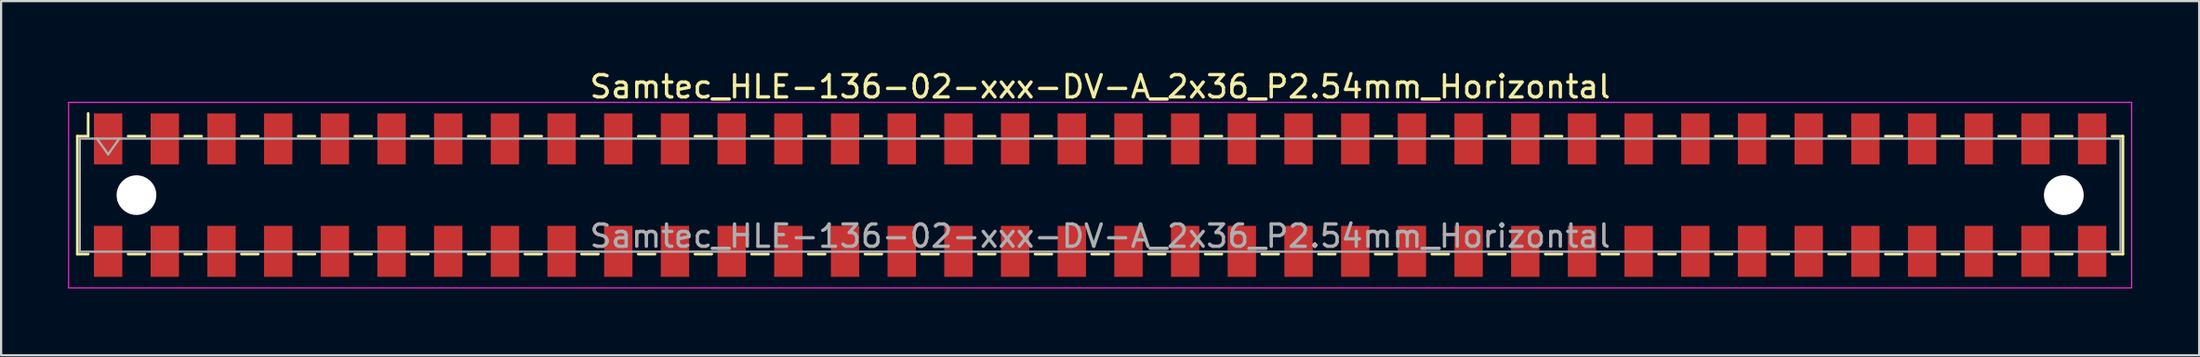
<source format=kicad_pcb>
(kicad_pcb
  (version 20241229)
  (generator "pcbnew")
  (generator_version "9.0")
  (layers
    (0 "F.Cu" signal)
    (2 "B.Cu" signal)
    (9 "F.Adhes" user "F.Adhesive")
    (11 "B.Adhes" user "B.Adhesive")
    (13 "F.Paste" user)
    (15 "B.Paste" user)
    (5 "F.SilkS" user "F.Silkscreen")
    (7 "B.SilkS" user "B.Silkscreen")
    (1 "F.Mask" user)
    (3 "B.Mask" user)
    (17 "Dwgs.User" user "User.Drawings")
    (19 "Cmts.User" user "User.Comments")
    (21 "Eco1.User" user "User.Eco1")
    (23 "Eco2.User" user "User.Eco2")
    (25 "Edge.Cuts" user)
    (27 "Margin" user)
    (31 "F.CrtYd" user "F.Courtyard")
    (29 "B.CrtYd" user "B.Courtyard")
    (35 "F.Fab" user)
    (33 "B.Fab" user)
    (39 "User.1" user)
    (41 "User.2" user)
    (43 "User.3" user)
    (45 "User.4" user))
  (footprint "Samtec_HLE-136-02-xxx-DV-A_2x36_P2.54mm_Horizontal"
    (layer "F.Cu")
    (at 46.245 5.718)
    (property "Reference" "Samtec_HLE-136-02-xxx-DV-A_2x36_P2.54mm_Horizontal" (at 0 -4.87 0) (layer "F.SilkS") (effects (font (size 1 1) (thickness 0.15))))
    (attr smd)
    (fp_line (start -45.83 -2.65) (end -45.83 2.65) (stroke (width 0.12) (type solid)) (layer "F.SilkS"))
    (fp_line (start -45.83 2.65) (end -45.345 2.65) (stroke (width 0.12) (type solid)) (layer "F.SilkS"))
    (fp_line (start -45.345 -3.67) (end -45.345 -2.65) (stroke (width 0.12) (type solid)) (layer "F.SilkS"))
    (fp_line (start -45.345 -2.65) (end -45.83 -2.65) (stroke (width 0.12) (type solid)) (layer "F.SilkS"))
    (fp_line (start -43.555 -2.65) (end -42.805 -2.65) (stroke (width 0.12) (type solid)) (layer "F.SilkS"))
    (fp_line (start -43.555 2.65) (end -42.805 2.65) (stroke (width 0.12) (type solid)) (layer "F.SilkS"))
    (fp_line (start -41.015 -2.65) (end -40.265 -2.65) (stroke (width 0.12) (type solid)) (layer "F.SilkS"))
    (fp_line (start -41.015 2.65) (end -40.265 2.65) (stroke (width 0.12) (type solid)) (layer "F.SilkS"))
    (fp_line (start -38.475 -2.65) (end -37.725 -2.65) (stroke (width 0.12) (type solid)) (layer "F.SilkS"))
    (fp_line (start -38.475 2.65) (end -37.725 2.65) (stroke (width 0.12) (type solid)) (layer "F.SilkS"))
    (fp_line (start -35.935 -2.65) (end -35.185 -2.65) (stroke (width 0.12) (type solid)) (layer "F.SilkS"))
    (fp_line (start -35.935 2.65) (end -35.185 2.65) (stroke (width 0.12) (type solid)) (layer "F.SilkS"))
    (fp_line (start -33.395 -2.65) (end -32.645 -2.65) (stroke (width 0.12) (type solid)) (layer "F.SilkS"))
    (fp_line (start -33.395 2.65) (end -32.645 2.65) (stroke (width 0.12) (type solid)) (layer "F.SilkS"))
    (fp_line (start -30.855 -2.65) (end -30.105 -2.65) (stroke (width 0.12) (type solid)) (layer "F.SilkS"))
    (fp_line (start -30.855 2.65) (end -30.105 2.65) (stroke (width 0.12) (type solid)) (layer "F.SilkS"))
    (fp_line (start -28.315 -2.65) (end -27.565 -2.65) (stroke (width 0.12) (type solid)) (layer "F.SilkS"))
    (fp_line (start -28.315 2.65) (end -27.565 2.65) (stroke (width 0.12) (type solid)) (layer "F.SilkS"))
    (fp_line (start -25.775 -2.65) (end -25.025 -2.65) (stroke (width 0.12) (type solid)) (layer "F.SilkS"))
    (fp_line (start -25.775 2.65) (end -25.025 2.65) (stroke (width 0.12) (type solid)) (layer "F.SilkS"))
    (fp_line (start -23.235 -2.65) (end -22.485 -2.65) (stroke (width 0.12) (type solid)) (layer "F.SilkS"))
    (fp_line (start -23.235 2.65) (end -22.485 2.65) (stroke (width 0.12) (type solid)) (layer "F.SilkS"))
    (fp_line (start -20.695 -2.65) (end -19.945 -2.65) (stroke (width 0.12) (type solid)) (layer "F.SilkS"))
    (fp_line (start -20.695 2.65) (end -19.945 2.65) (stroke (width 0.12) (type solid)) (layer "F.SilkS"))
    (fp_line (start -18.155 -2.65) (end -17.405 -2.65) (stroke (width 0.12) (type solid)) (layer "F.SilkS"))
    (fp_line (start -18.155 2.65) (end -17.405 2.65) (stroke (width 0.12) (type solid)) (layer "F.SilkS"))
    (fp_line (start -15.615 -2.65) (end -14.865 -2.65) (stroke (width 0.12) (type solid)) (layer "F.SilkS"))
    (fp_line (start -15.615 2.65) (end -14.865 2.65) (stroke (width 0.12) (type solid)) (layer "F.SilkS"))
    (fp_line (start -13.075 -2.65) (end -12.325 -2.65) (stroke (width 0.12) (type solid)) (layer "F.SilkS"))
    (fp_line (start -13.075 2.65) (end -12.325 2.65) (stroke (width 0.12) (type solid)) (layer "F.SilkS"))
    (fp_line (start -10.535 -2.65) (end -9.785 -2.65) (stroke (width 0.12) (type solid)) (layer "F.SilkS"))
    (fp_line (start -10.535 2.65) (end -9.785 2.65) (stroke (width 0.12) (type solid)) (layer "F.SilkS"))
    (fp_line (start -7.995 -2.65) (end -7.245 -2.65) (stroke (width 0.12) (type solid)) (layer "F.SilkS"))
    (fp_line (start -7.995 2.65) (end -7.245 2.65) (stroke (width 0.12) (type solid)) (layer "F.SilkS"))
    (fp_line (start -5.455 -2.65) (end -4.705 -2.65) (stroke (width 0.12) (type solid)) (layer "F.SilkS"))
    (fp_line (start -5.455 2.65) (end -4.705 2.65) (stroke (width 0.12) (type solid)) (layer "F.SilkS"))
    (fp_line (start -2.915 -2.65) (end -2.165 -2.65) (stroke (width 0.12) (type solid)) (layer "F.SilkS"))
    (fp_line (start -2.915 2.65) (end -2.165 2.65) (stroke (width 0.12) (type solid)) (layer "F.SilkS"))
    (fp_line (start -0.375 -2.65) (end 0.375 -2.65) (stroke (width 0.12) (type solid)) (layer "F.SilkS"))
    (fp_line (start -0.375 2.65) (end 0.375 2.65) (stroke (width 0.12) (type solid)) (layer "F.SilkS"))
    (fp_line (start 2.165 -2.65) (end 2.915 -2.65) (stroke (width 0.12) (type solid)) (layer "F.SilkS"))
    (fp_line (start 2.165 2.65) (end 2.915 2.65) (stroke (width 0.12) (type solid)) (layer "F.SilkS"))
    (fp_line (start 4.705 -2.65) (end 5.455 -2.65) (stroke (width 0.12) (type solid)) (layer "F.SilkS"))
    (fp_line (start 4.705 2.65) (end 5.455 2.65) (stroke (width 0.12) (type solid)) (layer "F.SilkS"))
    (fp_line (start 7.245 -2.65) (end 7.995 -2.65) (stroke (width 0.12) (type solid)) (layer "F.SilkS"))
    (fp_line (start 7.245 2.65) (end 7.995 2.65) (stroke (width 0.12) (type solid)) (layer "F.SilkS"))
    (fp_line (start 9.785 -2.65) (end 10.535 -2.65) (stroke (width 0.12) (type solid)) (layer "F.SilkS"))
    (fp_line (start 9.785 2.65) (end 10.535 2.65) (stroke (width 0.12) (type solid)) (layer "F.SilkS"))
    (fp_line (start 12.325 -2.65) (end 13.075 -2.65) (stroke (width 0.12) (type solid)) (layer "F.SilkS"))
    (fp_line (start 12.325 2.65) (end 13.075 2.65) (stroke (width 0.12) (type solid)) (layer "F.SilkS"))
    (fp_line (start 14.865 -2.65) (end 15.615 -2.65) (stroke (width 0.12) (type solid)) (layer "F.SilkS"))
    (fp_line (start 14.865 2.65) (end 15.615 2.65) (stroke (width 0.12) (type solid)) (layer "F.SilkS"))
    (fp_line (start 17.405 -2.65) (end 18.155 -2.65) (stroke (width 0.12) (type solid)) (layer "F.SilkS"))
    (fp_line (start 17.405 2.65) (end 18.155 2.65) (stroke (width 0.12) (type solid)) (layer "F.SilkS"))
    (fp_line (start 19.945 -2.65) (end 20.695 -2.65) (stroke (width 0.12) (type solid)) (layer "F.SilkS"))
    (fp_line (start 19.945 2.65) (end 20.695 2.65) (stroke (width 0.12) (type solid)) (layer "F.SilkS"))
    (fp_line (start 22.485 -2.65) (end 23.235 -2.65) (stroke (width 0.12) (type solid)) (layer "F.SilkS"))
    (fp_line (start 22.485 2.65) (end 23.235 2.65) (stroke (width 0.12) (type solid)) (layer "F.SilkS"))
    (fp_line (start 25.025 -2.65) (end 25.775 -2.65) (stroke (width 0.12) (type solid)) (layer "F.SilkS"))
    (fp_line (start 25.025 2.65) (end 25.775 2.65) (stroke (width 0.12) (type solid)) (layer "F.SilkS"))
    (fp_line (start 27.565 -2.65) (end 28.315 -2.65) (stroke (width 0.12) (type solid)) (layer "F.SilkS"))
    (fp_line (start 27.565 2.65) (end 28.315 2.65) (stroke (width 0.12) (type solid)) (layer "F.SilkS"))
    (fp_line (start 30.105 -2.65) (end 30.855 -2.65) (stroke (width 0.12) (type solid)) (layer "F.SilkS"))
    (fp_line (start 30.105 2.65) (end 30.855 2.65) (stroke (width 0.12) (type solid)) (layer "F.SilkS"))
    (fp_line (start 32.645 -2.65) (end 33.395 -2.65) (stroke (width 0.12) (type solid)) (layer "F.SilkS"))
    (fp_line (start 32.645 2.65) (end 33.395 2.65) (stroke (width 0.12) (type solid)) (layer "F.SilkS"))
    (fp_line (start 35.185 -2.65) (end 35.935 -2.65) (stroke (width 0.12) (type solid)) (layer "F.SilkS"))
    (fp_line (start 35.185 2.65) (end 35.935 2.65) (stroke (width 0.12) (type solid)) (layer "F.SilkS"))
    (fp_line (start 37.725 -2.65) (end 38.475 -2.65) (stroke (width 0.12) (type solid)) (layer "F.SilkS"))
    (fp_line (start 37.725 2.65) (end 38.475 2.65) (stroke (width 0.12) (type solid)) (layer "F.SilkS"))
    (fp_line (start 40.265 -2.65) (end 41.015 -2.65) (stroke (width 0.12) (type solid)) (layer "F.SilkS"))
    (fp_line (start 40.265 2.65) (end 41.015 2.65) (stroke (width 0.12) (type solid)) (layer "F.SilkS"))
    (fp_line (start 42.805 -2.65) (end 43.555 -2.65) (stroke (width 0.12) (type solid)) (layer "F.SilkS"))
    (fp_line (start 42.805 2.65) (end 43.555 2.65) (stroke (width 0.12) (type solid)) (layer "F.SilkS"))
    (fp_line (start 45.345 -2.65) (end 45.83 -2.65) (stroke (width 0.12) (type solid)) (layer "F.SilkS"))
    (fp_line (start 45.83 -2.65) (end 45.83 2.65) (stroke (width 0.12) (type solid)) (layer "F.SilkS"))
    (fp_line (start 45.83 2.65) (end 45.345 2.65) (stroke (width 0.12) (type solid)) (layer "F.SilkS"))
    (fp_line (start -46.22 -4.17) (end 46.22 -4.17) (stroke (width 0.05) (type solid)) (layer "F.CrtYd"))
    (fp_line (start -46.22 4.17) (end -46.22 -4.17) (stroke (width 0.05) (type solid)) (layer "F.CrtYd"))
    (fp_line (start 46.22 -4.17) (end 46.22 4.17) (stroke (width 0.05) (type solid)) (layer "F.CrtYd"))
    (fp_line (start 46.22 4.17) (end -46.22 4.17) (stroke (width 0.05) (type solid)) (layer "F.CrtYd"))
    (fp_line (start -45.72 -2.54) (end 45.72 -2.54) (stroke (width 0.1) (type solid)) (layer "F.Fab"))
    (fp_line (start -45.72 2.54) (end -45.72 -2.54) (stroke (width 0.1) (type solid)) (layer "F.Fab"))
    (fp_line (start -44.95 -2.54) (end -44.45 -1.833) (stroke (width 0.1) (type solid)) (layer "F.Fab"))
    (fp_line (start -44.45 -1.833) (end -43.95 -2.54) (stroke (width 0.1) (type solid)) (layer "F.Fab"))
    (fp_line (start 45.72 -2.54) (end 45.72 2.54) (stroke (width 0.1) (type solid)) (layer "F.Fab"))
    (fp_line (start 45.72 2.54) (end -45.72 2.54) (stroke (width 0.1) (type solid)) (layer "F.Fab"))
    (fp_text user "${REFERENCE}" (at 0 1.84 0) (layer "F.Fab") (effects (font (size 1 1) (thickness 0.15))))
    (pad "" np_thru_hole circle (at -43.18 0) (size 1.78 1.78) (drill 1.78) (layers "*.Cu" "*.Mask"))
    (pad "" np_thru_hole circle (at 43.18 0) (size 1.78 1.78) (drill 1.78) (layers "*.Cu" "*.Mask"))
    (pad "1" smd rect (at -44.45 -2.525) (size 1.27 2.29) (layers "F.Cu" "F.Mask" "F.Paste"))
    (pad "2" smd rect (at -44.45 2.525) (size 1.27 2.29) (layers "F.Cu" "F.Mask" "F.Paste"))
    (pad "3" smd rect (at -41.91 -2.525) (size 1.27 2.29) (layers "F.Cu" "F.Mask" "F.Paste"))
    (pad "4" smd rect (at -41.91 2.525) (size 1.27 2.29) (layers "F.Cu" "F.Mask" "F.Paste"))
    (pad "5" smd rect (at -39.37 -2.525) (size 1.27 2.29) (layers "F.Cu" "F.Mask" "F.Paste"))
    (pad "6" smd rect (at -39.37 2.525) (size 1.27 2.29) (layers "F.Cu" "F.Mask" "F.Paste"))
    (pad "7" smd rect (at -36.83 -2.525) (size 1.27 2.29) (layers "F.Cu" "F.Mask" "F.Paste"))
    (pad "8" smd rect (at -36.83 2.525) (size 1.27 2.29) (layers "F.Cu" "F.Mask" "F.Paste"))
    (pad "9" smd rect (at -34.29 -2.525) (size 1.27 2.29) (layers "F.Cu" "F.Mask" "F.Paste"))
    (pad "10" smd rect (at -34.29 2.525) (size 1.27 2.29) (layers "F.Cu" "F.Mask" "F.Paste"))
    (pad "11" smd rect (at -31.75 -2.525) (size 1.27 2.29) (layers "F.Cu" "F.Mask" "F.Paste"))
    (pad "12" smd rect (at -31.75 2.525) (size 1.27 2.29) (layers "F.Cu" "F.Mask" "F.Paste"))
    (pad "13" smd rect (at -29.21 -2.525) (size 1.27 2.29) (layers "F.Cu" "F.Mask" "F.Paste"))
    (pad "14" smd rect (at -29.21 2.525) (size 1.27 2.29) (layers "F.Cu" "F.Mask" "F.Paste"))
    (pad "15" smd rect (at -26.67 -2.525) (size 1.27 2.29) (layers "F.Cu" "F.Mask" "F.Paste"))
    (pad "16" smd rect (at -26.67 2.525) (size 1.27 2.29) (layers "F.Cu" "F.Mask" "F.Paste"))
    (pad "17" smd rect (at -24.13 -2.525) (size 1.27 2.29) (layers "F.Cu" "F.Mask" "F.Paste"))
    (pad "18" smd rect (at -24.13 2.525) (size 1.27 2.29) (layers "F.Cu" "F.Mask" "F.Paste"))
    (pad "19" smd rect (at -21.59 -2.525) (size 1.27 2.29) (layers "F.Cu" "F.Mask" "F.Paste"))
    (pad "20" smd rect (at -21.59 2.525) (size 1.27 2.29) (layers "F.Cu" "F.Mask" "F.Paste"))
    (pad "21" smd rect (at -19.05 -2.525) (size 1.27 2.29) (layers "F.Cu" "F.Mask" "F.Paste"))
    (pad "22" smd rect (at -19.05 2.525) (size 1.27 2.29) (layers "F.Cu" "F.Mask" "F.Paste"))
    (pad "23" smd rect (at -16.51 -2.525) (size 1.27 2.29) (layers "F.Cu" "F.Mask" "F.Paste"))
    (pad "24" smd rect (at -16.51 2.525) (size 1.27 2.29) (layers "F.Cu" "F.Mask" "F.Paste"))
    (pad "25" smd rect (at -13.97 -2.525) (size 1.27 2.29) (layers "F.Cu" "F.Mask" "F.Paste"))
    (pad "26" smd rect (at -13.97 2.525) (size 1.27 2.29) (layers "F.Cu" "F.Mask" "F.Paste"))
    (pad "27" smd rect (at -11.43 -2.525) (size 1.27 2.29) (layers "F.Cu" "F.Mask" "F.Paste"))
    (pad "28" smd rect (at -11.43 2.525) (size 1.27 2.29) (layers "F.Cu" "F.Mask" "F.Paste"))
    (pad "29" smd rect (at -8.89 -2.525) (size 1.27 2.29) (layers "F.Cu" "F.Mask" "F.Paste"))
    (pad "30" smd rect (at -8.89 2.525) (size 1.27 2.29) (layers "F.Cu" "F.Mask" "F.Paste"))
    (pad "31" smd rect (at -6.35 -2.525) (size 1.27 2.29) (layers "F.Cu" "F.Mask" "F.Paste"))
    (pad "32" smd rect (at -6.35 2.525) (size 1.27 2.29) (layers "F.Cu" "F.Mask" "F.Paste"))
    (pad "33" smd rect (at -3.81 -2.525) (size 1.27 2.29) (layers "F.Cu" "F.Mask" "F.Paste"))
    (pad "34" smd rect (at -3.81 2.525) (size 1.27 2.29) (layers "F.Cu" "F.Mask" "F.Paste"))
    (pad "35" smd rect (at -1.27 -2.525) (size 1.27 2.29) (layers "F.Cu" "F.Mask" "F.Paste"))
    (pad "36" smd rect (at -1.27 2.525) (size 1.27 2.29) (layers "F.Cu" "F.Mask" "F.Paste"))
    (pad "37" smd rect (at 1.27 -2.525) (size 1.27 2.29) (layers "F.Cu" "F.Mask" "F.Paste"))
    (pad "38" smd rect (at 1.27 2.525) (size 1.27 2.29) (layers "F.Cu" "F.Mask" "F.Paste"))
    (pad "39" smd rect (at 3.81 -2.525) (size 1.27 2.29) (layers "F.Cu" "F.Mask" "F.Paste"))
    (pad "40" smd rect (at 3.81 2.525) (size 1.27 2.29) (layers "F.Cu" "F.Mask" "F.Paste"))
    (pad "41" smd rect (at 6.35 -2.525) (size 1.27 2.29) (layers "F.Cu" "F.Mask" "F.Paste"))
    (pad "42" smd rect (at 6.35 2.525) (size 1.27 2.29) (layers "F.Cu" "F.Mask" "F.Paste"))
    (pad "43" smd rect (at 8.89 -2.525) (size 1.27 2.29) (layers "F.Cu" "F.Mask" "F.Paste"))
    (pad "44" smd rect (at 8.89 2.525) (size 1.27 2.29) (layers "F.Cu" "F.Mask" "F.Paste"))
    (pad "45" smd rect (at 11.43 -2.525) (size 1.27 2.29) (layers "F.Cu" "F.Mask" "F.Paste"))
    (pad "46" smd rect (at 11.43 2.525) (size 1.27 2.29) (layers "F.Cu" "F.Mask" "F.Paste"))
    (pad "47" smd rect (at 13.97 -2.525) (size 1.27 2.29) (layers "F.Cu" "F.Mask" "F.Paste"))
    (pad "48" smd rect (at 13.97 2.525) (size 1.27 2.29) (layers "F.Cu" "F.Mask" "F.Paste"))
    (pad "49" smd rect (at 16.51 -2.525) (size 1.27 2.29) (layers "F.Cu" "F.Mask" "F.Paste"))
    (pad "50" smd rect (at 16.51 2.525) (size 1.27 2.29) (layers "F.Cu" "F.Mask" "F.Paste"))
    (pad "51" smd rect (at 19.05 -2.525) (size 1.27 2.29) (layers "F.Cu" "F.Mask" "F.Paste"))
    (pad "52" smd rect (at 19.05 2.525) (size 1.27 2.29) (layers "F.Cu" "F.Mask" "F.Paste"))
    (pad "53" smd rect (at 21.59 -2.525) (size 1.27 2.29) (layers "F.Cu" "F.Mask" "F.Paste"))
    (pad "54" smd rect (at 21.59 2.525) (size 1.27 2.29) (layers "F.Cu" "F.Mask" "F.Paste"))
    (pad "55" smd rect (at 24.13 -2.525) (size 1.27 2.29) (layers "F.Cu" "F.Mask" "F.Paste"))
    (pad "56" smd rect (at 24.13 2.525) (size 1.27 2.29) (layers "F.Cu" "F.Mask" "F.Paste"))
    (pad "57" smd rect (at 26.67 -2.525) (size 1.27 2.29) (layers "F.Cu" "F.Mask" "F.Paste"))
    (pad "58" smd rect (at 26.67 2.525) (size 1.27 2.29) (layers "F.Cu" "F.Mask" "F.Paste"))
    (pad "59" smd rect (at 29.21 -2.525) (size 1.27 2.29) (layers "F.Cu" "F.Mask" "F.Paste"))
    (pad "60" smd rect (at 29.21 2.525) (size 1.27 2.29) (layers "F.Cu" "F.Mask" "F.Paste"))
    (pad "61" smd rect (at 31.75 -2.525) (size 1.27 2.29) (layers "F.Cu" "F.Mask" "F.Paste"))
    (pad "62" smd rect (at 31.75 2.525) (size 1.27 2.29) (layers "F.Cu" "F.Mask" "F.Paste"))
    (pad "63" smd rect (at 34.29 -2.525) (size 1.27 2.29) (layers "F.Cu" "F.Mask" "F.Paste"))
    (pad "64" smd rect (at 34.29 2.525) (size 1.27 2.29) (layers "F.Cu" "F.Mask" "F.Paste"))
    (pad "65" smd rect (at 36.83 -2.525) (size 1.27 2.29) (layers "F.Cu" "F.Mask" "F.Paste"))
    (pad "66" smd rect (at 36.83 2.525) (size 1.27 2.29) (layers "F.Cu" "F.Mask" "F.Paste"))
    (pad "67" smd rect (at 39.37 -2.525) (size 1.27 2.29) (layers "F.Cu" "F.Mask" "F.Paste"))
    (pad "68" smd rect (at 39.37 2.525) (size 1.27 2.29) (layers "F.Cu" "F.Mask" "F.Paste"))
    (pad "69" smd rect (at 41.91 -2.525) (size 1.27 2.29) (layers "F.Cu" "F.Mask" "F.Paste"))
    (pad "70" smd rect (at 41.91 2.525) (size 1.27 2.29) (layers "F.Cu" "F.Mask" "F.Paste"))
    (pad "71" smd rect (at 44.45 -2.525) (size 1.27 2.29) (layers "F.Cu" "F.Mask" "F.Paste"))
    (pad "72" smd rect (at 44.45 2.525) (size 1.27 2.29) (layers "F.Cu" "F.Mask" "F.Paste")))
  (gr_rect
    (start -3 -3)
    (end 95.49 12.913)
    (stroke (width 0.1) (type default))
    (fill no)
    (layer "Edge.Cuts")))
</source>
